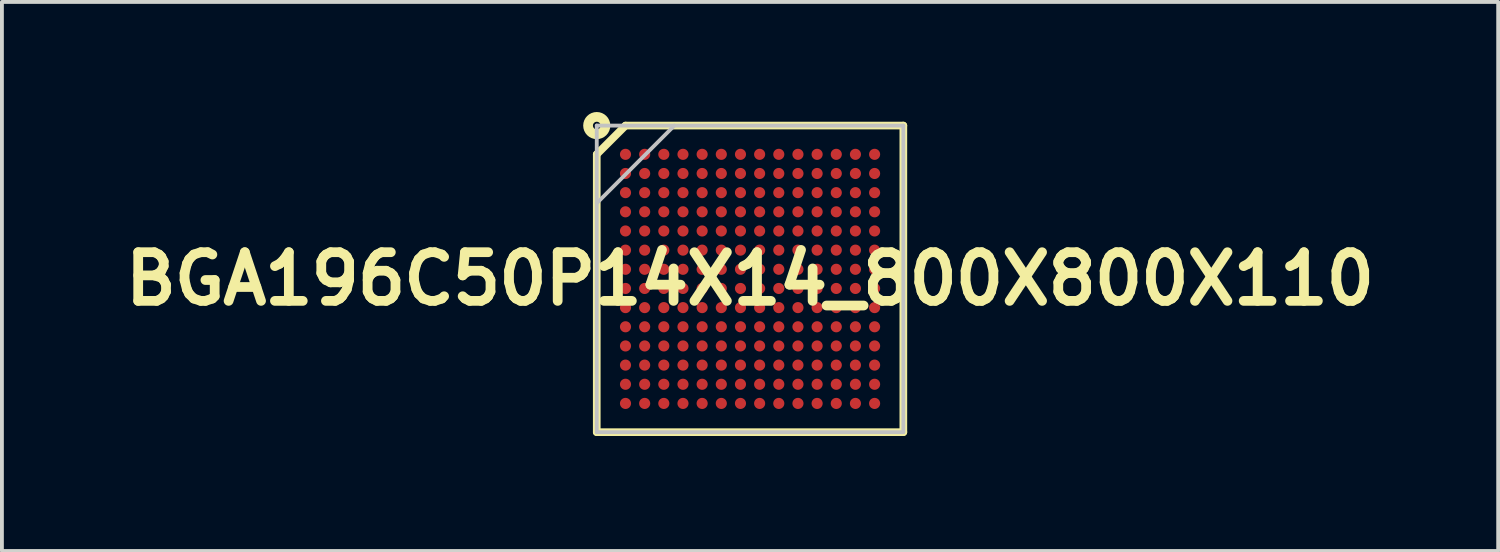
<source format=kicad_pcb>
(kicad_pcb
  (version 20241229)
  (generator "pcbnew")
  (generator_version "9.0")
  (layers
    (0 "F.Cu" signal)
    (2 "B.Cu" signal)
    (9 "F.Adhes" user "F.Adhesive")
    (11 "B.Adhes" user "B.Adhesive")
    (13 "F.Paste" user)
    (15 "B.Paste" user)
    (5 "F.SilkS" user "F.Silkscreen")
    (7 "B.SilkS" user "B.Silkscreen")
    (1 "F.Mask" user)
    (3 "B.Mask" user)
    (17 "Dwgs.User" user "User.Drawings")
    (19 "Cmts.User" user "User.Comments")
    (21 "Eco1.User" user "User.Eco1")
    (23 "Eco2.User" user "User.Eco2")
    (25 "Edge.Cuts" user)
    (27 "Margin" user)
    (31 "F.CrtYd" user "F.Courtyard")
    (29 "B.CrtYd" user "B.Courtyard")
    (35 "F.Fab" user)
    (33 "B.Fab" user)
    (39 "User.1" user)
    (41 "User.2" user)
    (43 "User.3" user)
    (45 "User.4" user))
  (footprint "BGA196C50P14X14_800X800X110"
    (layer "F.Cu")
    (at 16.522 4.227)
    (property "Reference" "BGA196C50P14X14_800X800X110" (at 0 0 0) (unlocked yes) (layer "F.SilkS") (effects (font (size 1.27 1.27) (thickness 0.254))))
    (attr smd)
    (fp_line (start -4 -3.25) (end -3.25 -4) (stroke (width 0.2) (type solid)) (layer "F.SilkS"))
    (fp_line (start -4 4) (end -4 -3.25) (stroke (width 0.2) (type solid)) (layer "F.SilkS"))
    (fp_line (start -3.25 -4) (end 4 -4) (stroke (width 0.2) (type solid)) (layer "F.SilkS"))
    (fp_line (start 4 -4) (end 4 4) (stroke (width 0.2) (type solid)) (layer "F.SilkS"))
    (fp_line (start 4 4) (end -4 4) (stroke (width 0.2) (type solid)) (layer "F.SilkS"))
    (fp_circle (center -4 -4) (end -3.9 -4) (stroke (width 0.254) (type solid)) (fill no) (layer "F.SilkS"))
    (fp_line (start -4 -4) (end 4 -4) (stroke (width 0.1) (type solid)) (layer "Dwgs.User"))
    (fp_line (start -4 -1.975) (end -1.975 -4) (stroke (width 0.1) (type solid)) (layer "Dwgs.User"))
    (fp_line (start -4 4) (end -4 -4) (stroke (width 0.1) (type solid)) (layer "Dwgs.User"))
    (fp_line (start 4 -4) (end 4 4) (stroke (width 0.1) (type solid)) (layer "Dwgs.User"))
    (fp_line (start 4 4) (end -4 4) (stroke (width 0.1) (type solid)) (layer "Dwgs.User"))
    (pad "A1" smd circle (at -3.25 -3.25 90) (size 0.29 0.29) (layers "F.Cu" "F.Mask" "F.Paste"))
    (pad "A2" smd circle (at -2.75 -3.25 90) (size 0.29 0.29) (layers "F.Cu" "F.Mask" "F.Paste"))
    (pad "A3" smd circle (at -2.25 -3.25 90) (size 0.29 0.29) (layers "F.Cu" "F.Mask" "F.Paste"))
    (pad "A4" smd circle (at -1.75 -3.25 90) (size 0.29 0.29) (layers "F.Cu" "F.Mask" "F.Paste"))
    (pad "A5" smd circle (at -1.25 -3.25 90) (size 0.29 0.29) (layers "F.Cu" "F.Mask" "F.Paste"))
    (pad "A6" smd circle (at -0.75 -3.25 90) (size 0.29 0.29) (layers "F.Cu" "F.Mask" "F.Paste"))
    (pad "A7" smd circle (at -0.25 -3.25 90) (size 0.29 0.29) (layers "F.Cu" "F.Mask" "F.Paste"))
    (pad "A8" smd circle (at 0.25 -3.25 90) (size 0.29 0.29) (layers "F.Cu" "F.Mask" "F.Paste"))
    (pad "A9" smd circle (at 0.75 -3.25 90) (size 0.29 0.29) (layers "F.Cu" "F.Mask" "F.Paste"))
    (pad "A10" smd circle (at 1.25 -3.25 90) (size 0.29 0.29) (layers "F.Cu" "F.Mask" "F.Paste"))
    (pad "A11" smd circle (at 1.75 -3.25 90) (size 0.29 0.29) (layers "F.Cu" "F.Mask" "F.Paste"))
    (pad "A12" smd circle (at 2.25 -3.25 90) (size 0.29 0.29) (layers "F.Cu" "F.Mask" "F.Paste"))
    (pad "A13" smd circle (at 2.75 -3.25 90) (size 0.29 0.29) (layers "F.Cu" "F.Mask" "F.Paste"))
    (pad "A14" smd circle (at 3.25 -3.25 90) (size 0.29 0.29) (layers "F.Cu" "F.Mask" "F.Paste"))
    (pad "B1" smd circle (at -3.25 -2.75 90) (size 0.29 0.29) (layers "F.Cu" "F.Mask" "F.Paste"))
    (pad "B2" smd circle (at -2.75 -2.75 90) (size 0.29 0.29) (layers "F.Cu" "F.Mask" "F.Paste"))
    (pad "B3" smd circle (at -2.25 -2.75 90) (size 0.29 0.29) (layers "F.Cu" "F.Mask" "F.Paste"))
    (pad "B4" smd circle (at -1.75 -2.75 90) (size 0.29 0.29) (layers "F.Cu" "F.Mask" "F.Paste"))
    (pad "B5" smd circle (at -1.25 -2.75 90) (size 0.29 0.29) (layers "F.Cu" "F.Mask" "F.Paste"))
    (pad "B6" smd circle (at -0.75 -2.75 90) (size 0.29 0.29) (layers "F.Cu" "F.Mask" "F.Paste"))
    (pad "B7" smd circle (at -0.25 -2.75 90) (size 0.29 0.29) (layers "F.Cu" "F.Mask" "F.Paste"))
    (pad "B8" smd circle (at 0.25 -2.75 90) (size 0.29 0.29) (layers "F.Cu" "F.Mask" "F.Paste"))
    (pad "B9" smd circle (at 0.75 -2.75 90) (size 0.29 0.29) (layers "F.Cu" "F.Mask" "F.Paste"))
    (pad "B10" smd circle (at 1.25 -2.75 90) (size 0.29 0.29) (layers "F.Cu" "F.Mask" "F.Paste"))
    (pad "B11" smd circle (at 1.75 -2.75 90) (size 0.29 0.29) (layers "F.Cu" "F.Mask" "F.Paste"))
    (pad "B12" smd circle (at 2.25 -2.75 90) (size 0.29 0.29) (layers "F.Cu" "F.Mask" "F.Paste"))
    (pad "B13" smd circle (at 2.75 -2.75 90) (size 0.29 0.29) (layers "F.Cu" "F.Mask" "F.Paste"))
    (pad "B14" smd circle (at 3.25 -2.75 90) (size 0.29 0.29) (layers "F.Cu" "F.Mask" "F.Paste"))
    (pad "C1" smd circle (at -3.25 -2.25 90) (size 0.29 0.29) (layers "F.Cu" "F.Mask" "F.Paste"))
    (pad "C2" smd circle (at -2.75 -2.25 90) (size 0.29 0.29) (layers "F.Cu" "F.Mask" "F.Paste"))
    (pad "C3" smd circle (at -2.25 -2.25 90) (size 0.29 0.29) (layers "F.Cu" "F.Mask" "F.Paste"))
    (pad "C4" smd circle (at -1.75 -2.25 90) (size 0.29 0.29) (layers "F.Cu" "F.Mask" "F.Paste"))
    (pad "C5" smd circle (at -1.25 -2.25 90) (size 0.29 0.29) (layers "F.Cu" "F.Mask" "F.Paste"))
    (pad "C6" smd circle (at -0.75 -2.25 90) (size 0.29 0.29) (layers "F.Cu" "F.Mask" "F.Paste"))
    (pad "C7" smd circle (at -0.25 -2.25 90) (size 0.29 0.29) (layers "F.Cu" "F.Mask" "F.Paste"))
    (pad "C8" smd circle (at 0.25 -2.25 90) (size 0.29 0.29) (layers "F.Cu" "F.Mask" "F.Paste"))
    (pad "C9" smd circle (at 0.75 -2.25 90) (size 0.29 0.29) (layers "F.Cu" "F.Mask" "F.Paste"))
    (pad "C10" smd circle (at 1.25 -2.25 90) (size 0.29 0.29) (layers "F.Cu" "F.Mask" "F.Paste"))
    (pad "C11" smd circle (at 1.75 -2.25 90) (size 0.29 0.29) (layers "F.Cu" "F.Mask" "F.Paste"))
    (pad "C12" smd circle (at 2.25 -2.25 90) (size 0.29 0.29) (layers "F.Cu" "F.Mask" "F.Paste"))
    (pad "C13" smd circle (at 2.75 -2.25 90) (size 0.29 0.29) (layers "F.Cu" "F.Mask" "F.Paste"))
    (pad "C14" smd circle (at 3.25 -2.25 90) (size 0.29 0.29) (layers "F.Cu" "F.Mask" "F.Paste"))
    (pad "D1" smd circle (at -3.25 -1.75 90) (size 0.29 0.29) (layers "F.Cu" "F.Mask" "F.Paste"))
    (pad "D2" smd circle (at -2.75 -1.75 90) (size 0.29 0.29) (layers "F.Cu" "F.Mask" "F.Paste"))
    (pad "D3" smd circle (at -2.25 -1.75 90) (size 0.29 0.29) (layers "F.Cu" "F.Mask" "F.Paste"))
    (pad "D4" smd circle (at -1.75 -1.75 90) (size 0.29 0.29) (layers "F.Cu" "F.Mask" "F.Paste"))
    (pad "D5" smd circle (at -1.25 -1.75 90) (size 0.29 0.29) (layers "F.Cu" "F.Mask" "F.Paste"))
    (pad "D6" smd circle (at -0.75 -1.75 90) (size 0.29 0.29) (layers "F.Cu" "F.Mask" "F.Paste"))
    (pad "D7" smd circle (at -0.25 -1.75 90) (size 0.29 0.29) (layers "F.Cu" "F.Mask" "F.Paste"))
    (pad "D8" smd circle (at 0.25 -1.75 90) (size 0.29 0.29) (layers "F.Cu" "F.Mask" "F.Paste"))
    (pad "D9" smd circle (at 0.75 -1.75 90) (size 0.29 0.29) (layers "F.Cu" "F.Mask" "F.Paste"))
    (pad "D10" smd circle (at 1.25 -1.75 90) (size 0.29 0.29) (layers "F.Cu" "F.Mask" "F.Paste"))
    (pad "D11" smd circle (at 1.75 -1.75 90) (size 0.29 0.29) (layers "F.Cu" "F.Mask" "F.Paste"))
    (pad "D12" smd circle (at 2.25 -1.75 90) (size 0.29 0.29) (layers "F.Cu" "F.Mask" "F.Paste"))
    (pad "D13" smd circle (at 2.75 -1.75 90) (size 0.29 0.29) (layers "F.Cu" "F.Mask" "F.Paste"))
    (pad "D14" smd circle (at 3.25 -1.75 90) (size 0.29 0.29) (layers "F.Cu" "F.Mask" "F.Paste"))
    (pad "E1" smd circle (at -3.25 -1.25 90) (size 0.29 0.29) (layers "F.Cu" "F.Mask" "F.Paste"))
    (pad "E2" smd circle (at -2.75 -1.25 90) (size 0.29 0.29) (layers "F.Cu" "F.Mask" "F.Paste"))
    (pad "E3" smd circle (at -2.25 -1.25 90) (size 0.29 0.29) (layers "F.Cu" "F.Mask" "F.Paste"))
    (pad "E4" smd circle (at -1.75 -1.25 90) (size 0.29 0.29) (layers "F.Cu" "F.Mask" "F.Paste"))
    (pad "E5" smd circle (at -1.25 -1.25 90) (size 0.29 0.29) (layers "F.Cu" "F.Mask" "F.Paste"))
    (pad "E6" smd circle (at -0.75 -1.25 90) (size 0.29 0.29) (layers "F.Cu" "F.Mask" "F.Paste"))
    (pad "E7" smd circle (at -0.25 -1.25 90) (size 0.29 0.29) (layers "F.Cu" "F.Mask" "F.Paste"))
    (pad "E8" smd circle (at 0.25 -1.25 90) (size 0.29 0.29) (layers "F.Cu" "F.Mask" "F.Paste"))
    (pad "E9" smd circle (at 0.75 -1.25 90) (size 0.29 0.29) (layers "F.Cu" "F.Mask" "F.Paste"))
    (pad "E10" smd circle (at 1.25 -1.25 90) (size 0.29 0.29) (layers "F.Cu" "F.Mask" "F.Paste"))
    (pad "E11" smd circle (at 1.75 -1.25 90) (size 0.29 0.29) (layers "F.Cu" "F.Mask" "F.Paste"))
    (pad "E12" smd circle (at 2.25 -1.25 90) (size 0.29 0.29) (layers "F.Cu" "F.Mask" "F.Paste"))
    (pad "E13" smd circle (at 2.75 -1.25 90) (size 0.29 0.29) (layers "F.Cu" "F.Mask" "F.Paste"))
    (pad "E14" smd circle (at 3.25 -1.25 90) (size 0.29 0.29) (layers "F.Cu" "F.Mask" "F.Paste"))
    (pad "F1" smd circle (at -3.25 -0.75 90) (size 0.29 0.29) (layers "F.Cu" "F.Mask" "F.Paste"))
    (pad "F2" smd circle (at -2.75 -0.75 90) (size 0.29 0.29) (layers "F.Cu" "F.Mask" "F.Paste"))
    (pad "F3" smd circle (at -2.25 -0.75 90) (size 0.29 0.29) (layers "F.Cu" "F.Mask" "F.Paste"))
    (pad "F4" smd circle (at -1.75 -0.75 90) (size 0.29 0.29) (layers "F.Cu" "F.Mask" "F.Paste"))
    (pad "F5" smd circle (at -1.25 -0.75 90) (size 0.29 0.29) (layers "F.Cu" "F.Mask" "F.Paste"))
    (pad "F6" smd circle (at -0.75 -0.75 90) (size 0.29 0.29) (layers "F.Cu" "F.Mask" "F.Paste"))
    (pad "F7" smd circle (at -0.25 -0.75 90) (size 0.29 0.29) (layers "F.Cu" "F.Mask" "F.Paste"))
    (pad "F8" smd circle (at 0.25 -0.75 90) (size 0.29 0.29) (layers "F.Cu" "F.Mask" "F.Paste"))
    (pad "F9" smd circle (at 0.75 -0.75 90) (size 0.29 0.29) (layers "F.Cu" "F.Mask" "F.Paste"))
    (pad "F10" smd circle (at 1.25 -0.75 90) (size 0.29 0.29) (layers "F.Cu" "F.Mask" "F.Paste"))
    (pad "F11" smd circle (at 1.75 -0.75 90) (size 0.29 0.29) (layers "F.Cu" "F.Mask" "F.Paste"))
    (pad "F12" smd circle (at 2.25 -0.75 90) (size 0.29 0.29) (layers "F.Cu" "F.Mask" "F.Paste"))
    (pad "F13" smd circle (at 2.75 -0.75 90) (size 0.29 0.29) (layers "F.Cu" "F.Mask" "F.Paste"))
    (pad "F14" smd circle (at 3.25 -0.75 90) (size 0.29 0.29) (layers "F.Cu" "F.Mask" "F.Paste"))
    (pad "G1" smd circle (at -3.25 -0.25 90) (size 0.29 0.29) (layers "F.Cu" "F.Mask" "F.Paste"))
    (pad "G2" smd circle (at -2.75 -0.25 90) (size 0.29 0.29) (layers "F.Cu" "F.Mask" "F.Paste"))
    (pad "G3" smd circle (at -2.25 -0.25 90) (size 0.29 0.29) (layers "F.Cu" "F.Mask" "F.Paste"))
    (pad "G4" smd circle (at -1.75 -0.25 90) (size 0.29 0.29) (layers "F.Cu" "F.Mask" "F.Paste"))
    (pad "G5" smd circle (at -1.25 -0.25 90) (size 0.29 0.29) (layers "F.Cu" "F.Mask" "F.Paste"))
    (pad "G6" smd circle (at -0.75 -0.25 90) (size 0.29 0.29) (layers "F.Cu" "F.Mask" "F.Paste"))
    (pad "G7" smd circle (at -0.25 -0.25 90) (size 0.29 0.29) (layers "F.Cu" "F.Mask" "F.Paste"))
    (pad "G8" smd circle (at 0.25 -0.25 90) (size 0.29 0.29) (layers "F.Cu" "F.Mask" "F.Paste"))
    (pad "G9" smd circle (at 0.75 -0.25 90) (size 0.29 0.29) (layers "F.Cu" "F.Mask" "F.Paste"))
    (pad "G10" smd circle (at 1.25 -0.25 90) (size 0.29 0.29) (layers "F.Cu" "F.Mask" "F.Paste"))
    (pad "G11" smd circle (at 1.75 -0.25 90) (size 0.29 0.29) (layers "F.Cu" "F.Mask" "F.Paste"))
    (pad "G12" smd circle (at 2.25 -0.25 90) (size 0.29 0.29) (layers "F.Cu" "F.Mask" "F.Paste"))
    (pad "G13" smd circle (at 2.75 -0.25 90) (size 0.29 0.29) (layers "F.Cu" "F.Mask" "F.Paste"))
    (pad "G14" smd circle (at 3.25 -0.25 90) (size 0.29 0.29) (layers "F.Cu" "F.Mask" "F.Paste"))
    (pad "H1" smd circle (at -3.25 0.25 90) (size 0.29 0.29) (layers "F.Cu" "F.Mask" "F.Paste"))
    (pad "H2" smd circle (at -2.75 0.25 90) (size 0.29 0.29) (layers "F.Cu" "F.Mask" "F.Paste"))
    (pad "H3" smd circle (at -2.25 0.25 90) (size 0.29 0.29) (layers "F.Cu" "F.Mask" "F.Paste"))
    (pad "H4" smd circle (at -1.75 0.25 90) (size 0.29 0.29) (layers "F.Cu" "F.Mask" "F.Paste"))
    (pad "H5" smd circle (at -1.25 0.25 90) (size 0.29 0.29) (layers "F.Cu" "F.Mask" "F.Paste"))
    (pad "H6" smd circle (at -0.75 0.25 90) (size 0.29 0.29) (layers "F.Cu" "F.Mask" "F.Paste"))
    (pad "H7" smd circle (at -0.25 0.25 90) (size 0.29 0.29) (layers "F.Cu" "F.Mask" "F.Paste"))
    (pad "H8" smd circle (at 0.25 0.25 90) (size 0.29 0.29) (layers "F.Cu" "F.Mask" "F.Paste"))
    (pad "H9" smd circle (at 0.75 0.25 90) (size 0.29 0.29) (layers "F.Cu" "F.Mask" "F.Paste"))
    (pad "H10" smd circle (at 1.25 0.25 90) (size 0.29 0.29) (layers "F.Cu" "F.Mask" "F.Paste"))
    (pad "H11" smd circle (at 1.75 0.25 90) (size 0.29 0.29) (layers "F.Cu" "F.Mask" "F.Paste"))
    (pad "H12" smd circle (at 2.25 0.25 90) (size 0.29 0.29) (layers "F.Cu" "F.Mask" "F.Paste"))
    (pad "H13" smd circle (at 2.75 0.25 90) (size 0.29 0.29) (layers "F.Cu" "F.Mask" "F.Paste"))
    (pad "H14" smd circle (at 3.25 0.25 90) (size 0.29 0.29) (layers "F.Cu" "F.Mask" "F.Paste"))
    (pad "J1" smd circle (at -3.25 0.75 90) (size 0.29 0.29) (layers "F.Cu" "F.Mask" "F.Paste"))
    (pad "J2" smd circle (at -2.75 0.75 90) (size 0.29 0.29) (layers "F.Cu" "F.Mask" "F.Paste"))
    (pad "J3" smd circle (at -2.25 0.75 90) (size 0.29 0.29) (layers "F.Cu" "F.Mask" "F.Paste"))
    (pad "J4" smd circle (at -1.75 0.75 90) (size 0.29 0.29) (layers "F.Cu" "F.Mask" "F.Paste"))
    (pad "J5" smd circle (at -1.25 0.75 90) (size 0.29 0.29) (layers "F.Cu" "F.Mask" "F.Paste"))
    (pad "J6" smd circle (at -0.75 0.75 90) (size 0.29 0.29) (layers "F.Cu" "F.Mask" "F.Paste"))
    (pad "J7" smd circle (at -0.25 0.75 90) (size 0.29 0.29) (layers "F.Cu" "F.Mask" "F.Paste"))
    (pad "J8" smd circle (at 0.25 0.75 90) (size 0.29 0.29) (layers "F.Cu" "F.Mask" "F.Paste"))
    (pad "J9" smd circle (at 0.75 0.75 90) (size 0.29 0.29) (layers "F.Cu" "F.Mask" "F.Paste"))
    (pad "J10" smd circle (at 1.25 0.75 90) (size 0.29 0.29) (layers "F.Cu" "F.Mask" "F.Paste"))
    (pad "J11" smd circle (at 1.75 0.75 90) (size 0.29 0.29) (layers "F.Cu" "F.Mask" "F.Paste"))
    (pad "J12" smd circle (at 2.25 0.75 90) (size 0.29 0.29) (layers "F.Cu" "F.Mask" "F.Paste"))
    (pad "J13" smd circle (at 2.75 0.75 90) (size 0.29 0.29) (layers "F.Cu" "F.Mask" "F.Paste"))
    (pad "J14" smd circle (at 3.25 0.75 90) (size 0.29 0.29) (layers "F.Cu" "F.Mask" "F.Paste"))
    (pad "K1" smd circle (at -3.25 1.25 90) (size 0.29 0.29) (layers "F.Cu" "F.Mask" "F.Paste"))
    (pad "K2" smd circle (at -2.75 1.25 90) (size 0.29 0.29) (layers "F.Cu" "F.Mask" "F.Paste"))
    (pad "K3" smd circle (at -2.25 1.25 90) (size 0.29 0.29) (layers "F.Cu" "F.Mask" "F.Paste"))
    (pad "K4" smd circle (at -1.75 1.25 90) (size 0.29 0.29) (layers "F.Cu" "F.Mask" "F.Paste"))
    (pad "K5" smd circle (at -1.25 1.25 90) (size 0.29 0.29) (layers "F.Cu" "F.Mask" "F.Paste"))
    (pad "K6" smd circle (at -0.75 1.25 90) (size 0.29 0.29) (layers "F.Cu" "F.Mask" "F.Paste"))
    (pad "K7" smd circle (at -0.25 1.25 90) (size 0.29 0.29) (layers "F.Cu" "F.Mask" "F.Paste"))
    (pad "K8" smd circle (at 0.25 1.25 90) (size 0.29 0.29) (layers "F.Cu" "F.Mask" "F.Paste"))
    (pad "K9" smd circle (at 0.75 1.25 90) (size 0.29 0.29) (layers "F.Cu" "F.Mask" "F.Paste"))
    (pad "K10" smd circle (at 1.25 1.25 90) (size 0.29 0.29) (layers "F.Cu" "F.Mask" "F.Paste"))
    (pad "K11" smd circle (at 1.75 1.25 90) (size 0.29 0.29) (layers "F.Cu" "F.Mask" "F.Paste"))
    (pad "K12" smd circle (at 2.25 1.25 90) (size 0.29 0.29) (layers "F.Cu" "F.Mask" "F.Paste"))
    (pad "K13" smd circle (at 2.75 1.25 90) (size 0.29 0.29) (layers "F.Cu" "F.Mask" "F.Paste"))
    (pad "K14" smd circle (at 3.25 1.25 90) (size 0.29 0.29) (layers "F.Cu" "F.Mask" "F.Paste"))
    (pad "L1" smd circle (at -3.25 1.75 90) (size 0.29 0.29) (layers "F.Cu" "F.Mask" "F.Paste"))
    (pad "L2" smd circle (at -2.75 1.75 90) (size 0.29 0.29) (layers "F.Cu" "F.Mask" "F.Paste"))
    (pad "L3" smd circle (at -2.25 1.75 90) (size 0.29 0.29) (layers "F.Cu" "F.Mask" "F.Paste"))
    (pad "L4" smd circle (at -1.75 1.75 90) (size 0.29 0.29) (layers "F.Cu" "F.Mask" "F.Paste"))
    (pad "L5" smd circle (at -1.25 1.75 90) (size 0.29 0.29) (layers "F.Cu" "F.Mask" "F.Paste"))
    (pad "L6" smd circle (at -0.75 1.75 90) (size 0.29 0.29) (layers "F.Cu" "F.Mask" "F.Paste"))
    (pad "L7" smd circle (at -0.25 1.75 90) (size 0.29 0.29) (layers "F.Cu" "F.Mask" "F.Paste"))
    (pad "L8" smd circle (at 0.25 1.75 90) (size 0.29 0.29) (layers "F.Cu" "F.Mask" "F.Paste"))
    (pad "L9" smd circle (at 0.75 1.75 90) (size 0.29 0.29) (layers "F.Cu" "F.Mask" "F.Paste"))
    (pad "L10" smd circle (at 1.25 1.75 90) (size 0.29 0.29) (layers "F.Cu" "F.Mask" "F.Paste"))
    (pad "L11" smd circle (at 1.75 1.75 90) (size 0.29 0.29) (layers "F.Cu" "F.Mask" "F.Paste"))
    (pad "L12" smd circle (at 2.25 1.75 90) (size 0.29 0.29) (layers "F.Cu" "F.Mask" "F.Paste"))
    (pad "L13" smd circle (at 2.75 1.75 90) (size 0.29 0.29) (layers "F.Cu" "F.Mask" "F.Paste"))
    (pad "L14" smd circle (at 3.25 1.75 90) (size 0.29 0.29) (layers "F.Cu" "F.Mask" "F.Paste"))
    (pad "M1" smd circle (at -3.25 2.25 90) (size 0.29 0.29) (layers "F.Cu" "F.Mask" "F.Paste"))
    (pad "M2" smd circle (at -2.75 2.25 90) (size 0.29 0.29) (layers "F.Cu" "F.Mask" "F.Paste"))
    (pad "M3" smd circle (at -2.25 2.25 90) (size 0.29 0.29) (layers "F.Cu" "F.Mask" "F.Paste"))
    (pad "M4" smd circle (at -1.75 2.25 90) (size 0.29 0.29) (layers "F.Cu" "F.Mask" "F.Paste"))
    (pad "M5" smd circle (at -1.25 2.25 90) (size 0.29 0.29) (layers "F.Cu" "F.Mask" "F.Paste"))
    (pad "M6" smd circle (at -0.75 2.25 90) (size 0.29 0.29) (layers "F.Cu" "F.Mask" "F.Paste"))
    (pad "M7" smd circle (at -0.25 2.25 90) (size 0.29 0.29) (layers "F.Cu" "F.Mask" "F.Paste"))
    (pad "M8" smd circle (at 0.25 2.25 90) (size 0.29 0.29) (layers "F.Cu" "F.Mask" "F.Paste"))
    (pad "M9" smd circle (at 0.75 2.25 90) (size 0.29 0.29) (layers "F.Cu" "F.Mask" "F.Paste"))
    (pad "M10" smd circle (at 1.25 2.25 90) (size 0.29 0.29) (layers "F.Cu" "F.Mask" "F.Paste"))
    (pad "M11" smd circle (at 1.75 2.25 90) (size 0.29 0.29) (layers "F.Cu" "F.Mask" "F.Paste"))
    (pad "M12" smd circle (at 2.25 2.25 90) (size 0.29 0.29) (layers "F.Cu" "F.Mask" "F.Paste"))
    (pad "M13" smd circle (at 2.75 2.25 90) (size 0.29 0.29) (layers "F.Cu" "F.Mask" "F.Paste"))
    (pad "M14" smd circle (at 3.25 2.25 90) (size 0.29 0.29) (layers "F.Cu" "F.Mask" "F.Paste"))
    (pad "N1" smd circle (at -3.25 2.75 90) (size 0.29 0.29) (layers "F.Cu" "F.Mask" "F.Paste"))
    (pad "N2" smd circle (at -2.75 2.75 90) (size 0.29 0.29) (layers "F.Cu" "F.Mask" "F.Paste"))
    (pad "N3" smd circle (at -2.25 2.75 90) (size 0.29 0.29) (layers "F.Cu" "F.Mask" "F.Paste"))
    (pad "N4" smd circle (at -1.75 2.75 90) (size 0.29 0.29) (layers "F.Cu" "F.Mask" "F.Paste"))
    (pad "N5" smd circle (at -1.25 2.75 90) (size 0.29 0.29) (layers "F.Cu" "F.Mask" "F.Paste"))
    (pad "N6" smd circle (at -0.75 2.75 90) (size 0.29 0.29) (layers "F.Cu" "F.Mask" "F.Paste"))
    (pad "N7" smd circle (at -0.25 2.75 90) (size 0.29 0.29) (layers "F.Cu" "F.Mask" "F.Paste"))
    (pad "N8" smd circle (at 0.25 2.75 90) (size 0.29 0.29) (layers "F.Cu" "F.Mask" "F.Paste"))
    (pad "N9" smd circle (at 0.75 2.75 90) (size 0.29 0.29) (layers "F.Cu" "F.Mask" "F.Paste"))
    (pad "N10" smd circle (at 1.25 2.75 90) (size 0.29 0.29) (layers "F.Cu" "F.Mask" "F.Paste"))
    (pad "N11" smd circle (at 1.75 2.75 90) (size 0.29 0.29) (layers "F.Cu" "F.Mask" "F.Paste"))
    (pad "N12" smd circle (at 2.25 2.75 90) (size 0.29 0.29) (layers "F.Cu" "F.Mask" "F.Paste"))
    (pad "N13" smd circle (at 2.75 2.75 90) (size 0.29 0.29) (layers "F.Cu" "F.Mask" "F.Paste"))
    (pad "N14" smd circle (at 3.25 2.75 90) (size 0.29 0.29) (layers "F.Cu" "F.Mask" "F.Paste"))
    (pad "P1" smd circle (at -3.25 3.25 90) (size 0.29 0.29) (layers "F.Cu" "F.Mask" "F.Paste"))
    (pad "P2" smd circle (at -2.75 3.25 90) (size 0.29 0.29) (layers "F.Cu" "F.Mask" "F.Paste"))
    (pad "P3" smd circle (at -2.25 3.25 90) (size 0.29 0.29) (layers "F.Cu" "F.Mask" "F.Paste"))
    (pad "P4" smd circle (at -1.75 3.25 90) (size 0.29 0.29) (layers "F.Cu" "F.Mask" "F.Paste"))
    (pad "P5" smd circle (at -1.25 3.25 90) (size 0.29 0.29) (layers "F.Cu" "F.Mask" "F.Paste"))
    (pad "P6" smd circle (at -0.75 3.25 90) (size 0.29 0.29) (layers "F.Cu" "F.Mask" "F.Paste"))
    (pad "P7" smd circle (at -0.25 3.25 90) (size 0.29 0.29) (layers "F.Cu" "F.Mask" "F.Paste"))
    (pad "P8" smd circle (at 0.25 3.25 90) (size 0.29 0.29) (layers "F.Cu" "F.Mask" "F.Paste"))
    (pad "P9" smd circle (at 0.75 3.25 90) (size 0.29 0.29) (layers "F.Cu" "F.Mask" "F.Paste"))
    (pad "P10" smd circle (at 1.25 3.25 90) (size 0.29 0.29) (layers "F.Cu" "F.Mask" "F.Paste"))
    (pad "P11" smd circle (at 1.75 3.25 90) (size 0.29 0.29) (layers "F.Cu" "F.Mask" "F.Paste"))
    (pad "P12" smd circle (at 2.25 3.25 90) (size 0.29 0.29) (layers "F.Cu" "F.Mask" "F.Paste"))
    (pad "P13" smd circle (at 2.75 3.25 90) (size 0.29 0.29) (layers "F.Cu" "F.Mask" "F.Paste"))
    (pad "P14" smd circle (at 3.25 3.25 90) (size 0.29 0.29) (layers "F.Cu" "F.Mask" "F.Paste")))
  (gr_rect
    (start -3 -3)
    (end 36.044 11.327)
    (stroke (width 0.1) (type default))
    (fill no)
    (layer "Edge.Cuts")))
</source>
